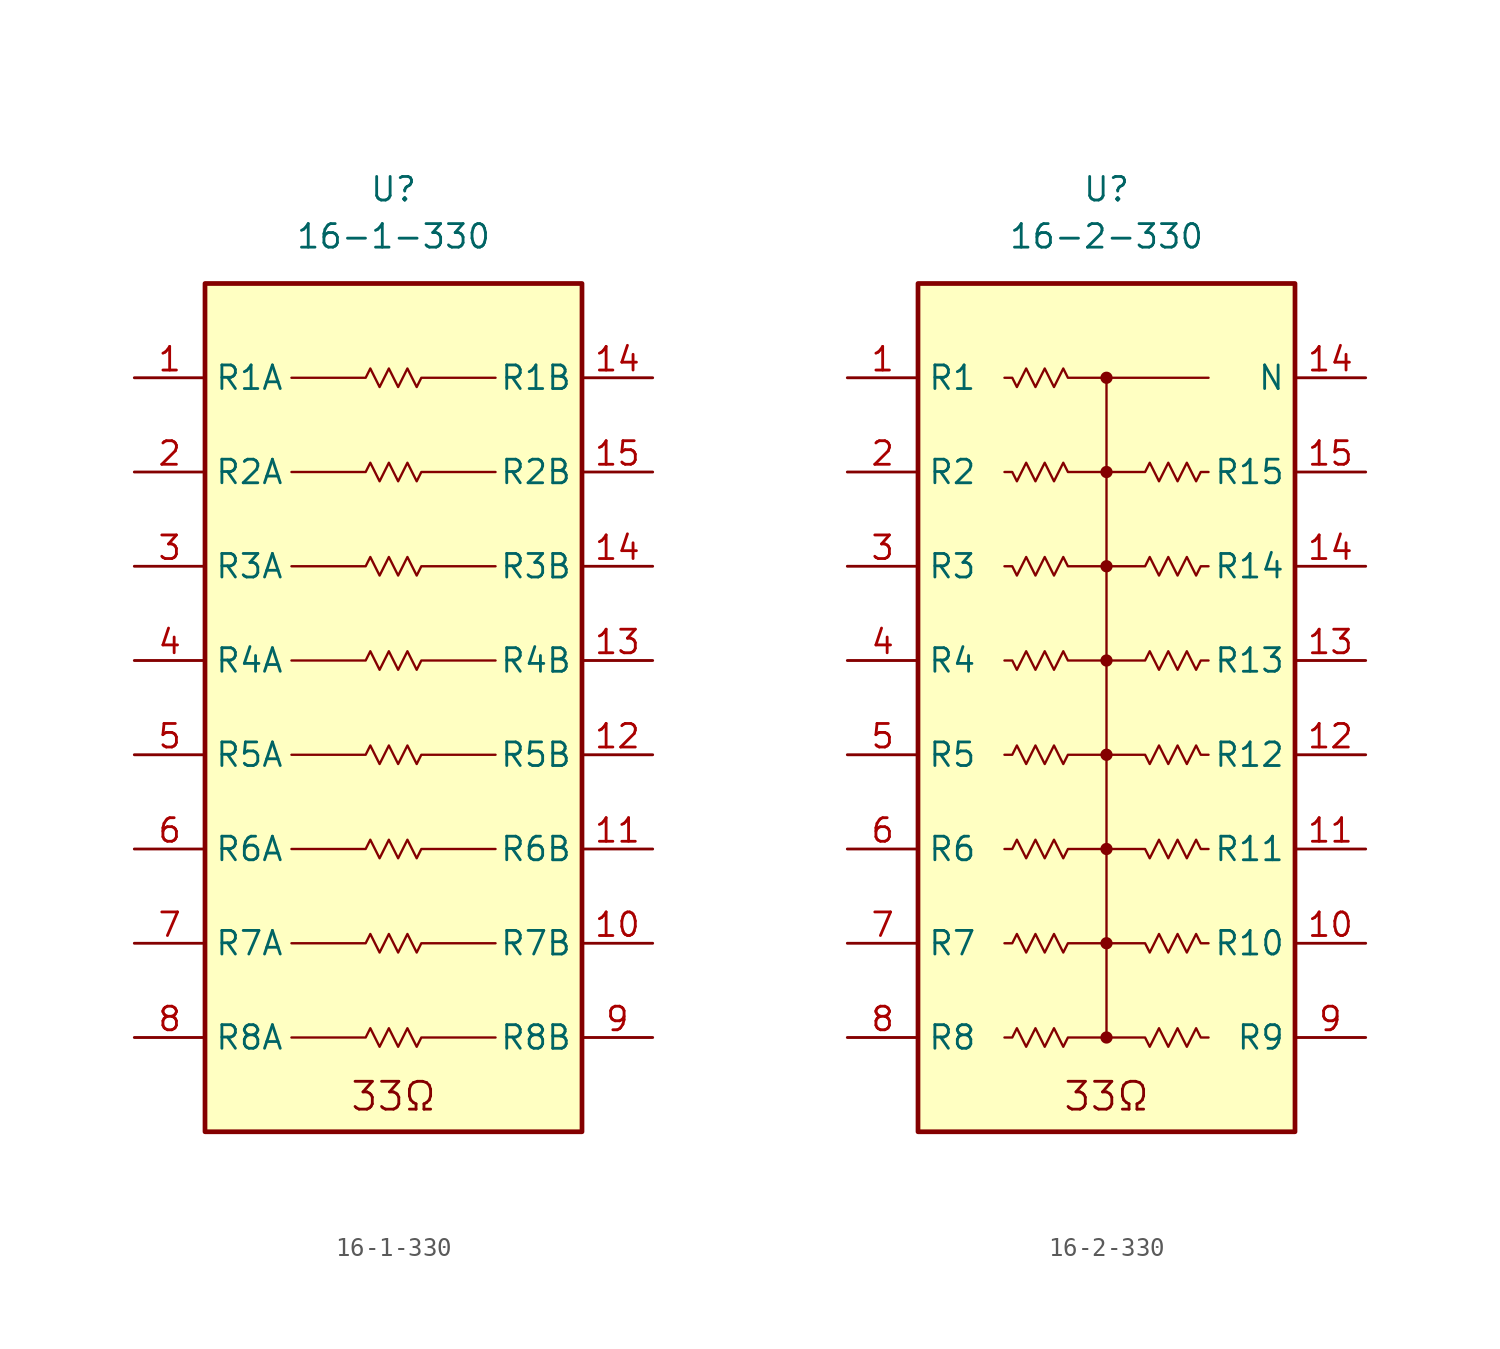
<source format=kicad_sym>
(kicad_symbol_lib
  (version 20211014)
  (generator kicad_symbol_editor)
  (symbol "16-1-330"
    (property "Reference" "U"
      (at 0 27.94 0)
      (effects (font (size 1.27 1.27))))
    (property "Value" "16-1-330"
      (at 0 25.4 0)
      (effects (font (size 1.27 1.27))))
    (symbol "16-1-330_0_0"
      (text "33Ω" (at 0 -20.955 0) (effects (font (size 1.5 1.5)))))
    (symbol "16-1-330_0_1"
      (rectangle (start -10.16 22.86) (end 10.16 -22.86) (stroke (width 0.254) (type default) (color 0 0 0 0)) (fill (type background)))
      (polyline (pts (xy 5.5 -17.78) (xy 1.5 -17.78) (xy 1.25 -18.28) (xy 0.75 -17.28) (xy 0.25 -18.28) (xy -0.25 -17.28) (xy -0.75 -18.28) (xy -1.25 -17.28) (xy -1.5 -17.78) (xy -5.5 -17.78)) (stroke (width 0.127) (type default) (color 0 0 0 0)) (fill (type none)))
      (polyline (pts (xy 5.5 -12.7) (xy 1.5 -12.7) (xy 1.25 -13.2) (xy 0.75 -12.2) (xy 0.25 -13.2) (xy -0.25 -12.2) (xy -0.75 -13.2) (xy -1.25 -12.2) (xy -1.5 -12.7) (xy -5.5 -12.7)) (stroke (width 0.127) (type default) (color 0 0 0 0)) (fill (type none)))
      (polyline (pts (xy 5.5 -7.62) (xy 1.5 -7.62) (xy 1.25 -8.12) (xy 0.75 -7.12) (xy 0.25 -8.12) (xy -0.25 -7.12) (xy -0.75 -8.12) (xy -1.25 -7.12) (xy -1.5 -7.62) (xy -5.5 -7.62)) (stroke (width 0.127) (type default) (color 0 0 0 0)) (fill (type none)))
      (polyline (pts (xy 5.5 -2.54) (xy 1.5 -2.54) (xy 1.25 -3.04) (xy 0.75 -2.04) (xy 0.25 -3.04) (xy -0.25 -2.04) (xy -0.75 -3.04) (xy -1.25 -2.04) (xy -1.5 -2.54) (xy -5.5 -2.54)) (stroke (width 0.127) (type default) (color 0 0 0 0)) (fill (type none)))
      (polyline (pts (xy 5.5 2.54) (xy 1.5 2.54) (xy 1.25 2.04) (xy 0.75 3.04) (xy 0.25 2.04) (xy -0.25 3.04) (xy -0.75 2.04) (xy -1.25 3.04) (xy -1.5 2.54) (xy -5.5 2.54)) (stroke (width 0.127) (type default) (color 0 0 0 0)) (fill (type none)))
      (polyline (pts (xy 5.5 7.62) (xy 1.5 7.62) (xy 1.25 7.12) (xy 0.75 8.12) (xy 0.25 7.12) (xy -0.25 8.12) (xy -0.75 7.12) (xy -1.25 8.12) (xy -1.5 7.62) (xy -5.5 7.62)) (stroke (width 0.127) (type default) (color 0 0 0 0)) (fill (type none)))
      (polyline (pts (xy 5.5 12.7) (xy 1.5 12.7) (xy 1.25 12.2) (xy 0.75 13.2) (xy 0.25 12.2) (xy -0.25 13.2) (xy -0.75 12.2) (xy -1.25 13.2) (xy -1.5 12.7) (xy -5.5 12.7)) (stroke (width 0.127) (type default) (color 0 0 0 0)) (fill (type none)))
      (polyline (pts (xy 5.5 17.78) (xy 1.5 17.78) (xy 1.25 17.28) (xy 0.75 18.28) (xy 0.25 17.28) (xy -0.25 18.28) (xy -0.75 17.28) (xy -1.25 18.28) (xy -1.5 17.78) (xy -5.5 17.78)) (stroke (width 0.127) (type default) (color 0 0 0 0)) (fill (type none))))
    (symbol "16-1-330_1_1"
      (pin passive line (at -13.97 17.78 0) (length 3.81) (name "R1A" (effects (font (size 1.27 1.27)))) (number "1" (effects (font (size 1.27 1.27)))))
      (pin passive line (at 13.97 -12.7 180) (length 3.81) (name "R7B" (effects (font (size 1.27 1.27)))) (number "10" (effects (font (size 1.27 1.27)))))
      (pin passive line (at 13.97 -7.62 180) (length 3.81) (name "R6B" (effects (font (size 1.27 1.27)))) (number "11" (effects (font (size 1.27 1.27)))))
      (pin passive line (at 13.97 -2.54 180) (length 3.81) (name "R5B" (effects (font (size 1.27 1.27)))) (number "12" (effects (font (size 1.27 1.27)))))
      (pin passive line (at 13.97 2.54 180) (length 3.81) (name "R4B" (effects (font (size 1.27 1.27)))) (number "13" (effects (font (size 1.27 1.27)))))
      (pin passive line (at 13.97 17.78 180) (length 3.81) (name "R1B" (effects (font (size 1.27 1.27)))) (number "14" (effects (font (size 1.27 1.27)))))
      (pin passive line (at 13.97 7.62 180) (length 3.81) (name "R3B" (effects (font (size 1.27 1.27)))) (number "14" (effects (font (size 1.27 1.27)))))
      (pin passive line (at 13.97 12.7 180) (length 3.81) (name "R2B" (effects (font (size 1.27 1.27)))) (number "15" (effects (font (size 1.27 1.27)))))
      (pin passive line (at -13.97 12.7 0) (length 3.81) (name "R2A" (effects (font (size 1.27 1.27)))) (number "2" (effects (font (size 1.27 1.27)))))
      (pin passive line (at -13.97 7.62 0) (length 3.81) (name "R3A" (effects (font (size 1.27 1.27)))) (number "3" (effects (font (size 1.27 1.27)))))
      (pin passive line (at -13.97 2.54 0) (length 3.81) (name "R4A" (effects (font (size 1.27 1.27)))) (number "4" (effects (font (size 1.27 1.27)))))
      (pin passive line (at -13.97 -2.54 0) (length 3.81) (name "R5A" (effects (font (size 1.27 1.27)))) (number "5" (effects (font (size 1.27 1.27)))))
      (pin passive line (at -13.97 -7.62 0) (length 3.81) (name "R6A" (effects (font (size 1.27 1.27)))) (number "6" (effects (font (size 1.27 1.27)))))
      (pin passive line (at -13.97 -12.7 0) (length 3.81) (name "R7A" (effects (font (size 1.27 1.27)))) (number "7" (effects (font (size 1.27 1.27)))))
      (pin passive line (at -13.97 -17.78 0) (length 3.81) (name "R8A" (effects (font (size 1.27 1.27)))) (number "8" (effects (font (size 1.27 1.27)))))
      (pin passive line (at 13.97 -17.78 180) (length 3.81) (name "R8B" (effects (font (size 1.27 1.27)))) (number "9" (effects (font (size 1.27 1.27)))))))
  (symbol "16-2-330"
    (property "Reference" "U"
      (at 0 27.94 0)
      (effects (font (size 1.27 1.27))))
    (property "Value" "16-2-330"
      (at 0 25.4 0)
      (effects (font (size 1.27 1.27))))
    (symbol "16-2-330_0_0"
      (text "33Ω" (at 0 -20.955 0) (effects (font (size 1.5 1.5)))))
    (symbol "16-2-330_0_1"
      (rectangle (start -10.16 22.86) (end 10.16 -22.86) (stroke (width 0.254) (type default) (color 0 0 0 0)) (fill (type background)))
      (circle (center 0 -17.78) (radius 0.254) (stroke (width 0) (type default) (color 0 0 0 0)) (fill (type outline)))
      (circle (center 0 -12.7) (radius 0.254) (stroke (width 0) (type default) (color 0 0 0 0)) (fill (type outline)))
      (circle (center 0 -7.62) (radius 0.254) (stroke (width 0) (type default) (color 0 0 0 0)) (fill (type outline)))
      (circle (center 0 -2.54) (radius 0.254) (stroke (width 0) (type default) (color 0 0 0 0)) (fill (type outline)))
      (polyline (pts (xy 0 17.78) (xy 0 12.7) (xy 0 7.62) (xy 0 2.54) (xy 0 -2.54) (xy 0 -7.62) (xy 0 -12.7) (xy 0 -17.78)) (stroke (width 0.127) (type default) (color 0 0 0 0)) (fill (type none)))
      (polyline (pts (xy 5.5 17.78) (xy 5.08 17.78) (xy 2.08 17.78) (xy 0 17.78) (xy -2.08 17.78) (xy -2.33 18.28) (xy -2.83 17.28) (xy -3.33 18.28) (xy -3.83 17.28) (xy -4.33 18.28) (xy -4.83 17.28) (xy -5.08 17.78) (xy -5.5 17.78)) (stroke (width 0.127) (type default) (color 0 0 0 0)) (fill (type none)))
      (polyline (pts (xy 5.5 -17.78) (xy 5.08 -17.78) (xy 4.83 -17.28) (xy 4.33 -18.28) (xy 3.83 -17.28) (xy 3.33 -18.28) (xy 2.83 -17.28) (xy 2.33 -18.28) (xy 2.08 -17.78) (xy 0 -17.78) (xy -2.08 -17.78) (xy -2.33 -18.28) (xy -2.83 -17.28) (xy -3.33 -18.28) (xy -3.83 -17.28) (xy -4.33 -18.28) (xy -4.83 -17.28) (xy -5.08 -17.78) (xy -5.5 -17.78)) (stroke (width 0.127) (type default) (color 0 0 0 0)) (fill (type none)))
      (polyline (pts (xy 5.5 -12.7) (xy 5.08 -12.7) (xy 4.83 -12.2) (xy 4.33 -13.2) (xy 3.83 -12.2) (xy 3.33 -13.2) (xy 2.83 -12.2) (xy 2.33 -13.2) (xy 2.08 -12.7) (xy 0 -12.7) (xy -2.08 -12.7) (xy -2.33 -13.2) (xy -2.83 -12.2) (xy -3.33 -13.2) (xy -3.83 -12.2) (xy -4.33 -13.2) (xy -4.83 -12.2) (xy -5.08 -12.7) (xy -5.5 -12.7)) (stroke (width 0.127) (type default) (color 0 0 0 0)) (fill (type none)))
      (polyline (pts (xy 5.5 -7.62) (xy 5.08 -7.62) (xy 4.83 -7.12) (xy 4.33 -8.12) (xy 3.83 -7.12) (xy 3.33 -8.12) (xy 2.83 -7.12) (xy 2.33 -8.12) (xy 2.08 -7.62) (xy 0 -7.62) (xy -2.08 -7.62) (xy -2.33 -8.12) (xy -2.83 -7.12) (xy -3.33 -8.12) (xy -3.83 -7.12) (xy -4.33 -8.12) (xy -4.83 -7.12) (xy -5.08 -7.62) (xy -5.5 -7.62)) (stroke (width 0.127) (type default) (color 0 0 0 0)) (fill (type none)))
      (polyline (pts (xy 5.5 -2.54) (xy 5.08 -2.54) (xy 4.83 -2.04) (xy 4.33 -3.04) (xy 3.83 -2.04) (xy 3.33 -3.04) (xy 2.83 -2.04) (xy 2.33 -3.04) (xy 2.08 -2.54) (xy 0 -2.54) (xy -2.08 -2.54) (xy -2.33 -3.04) (xy -2.83 -2.04) (xy -3.33 -3.04) (xy -3.83 -2.04) (xy -4.33 -3.04) (xy -4.83 -2.04) (xy -5.08 -2.54) (xy -5.5 -2.54)) (stroke (width 0.127) (type default) (color 0 0 0 0)) (fill (type none)))
      (polyline (pts (xy 5.5 2.54) (xy 5.08 2.54) (xy 4.83 2.04) (xy 4.33 3.04) (xy 3.83 2.04) (xy 3.33 3.04) (xy 2.83 2.04) (xy 2.33 3.04) (xy 2.08 2.54) (xy 0 2.54) (xy -2.08 2.54) (xy -2.33 3.04) (xy -2.83 2.04) (xy -3.33 3.04) (xy -3.83 2.04) (xy -4.33 3.04) (xy -4.83 2.04) (xy -5.08 2.54) (xy -5.5 2.54)) (stroke (width 0.127) (type default) (color 0 0 0 0)) (fill (type none)))
      (polyline (pts (xy 5.5 7.62) (xy 5.08 7.62) (xy 4.83 7.12) (xy 4.33 8.12) (xy 3.83 7.12) (xy 3.33 8.12) (xy 2.83 7.12) (xy 2.33 8.12) (xy 2.08 7.62) (xy 0 7.62) (xy -2.08 7.62) (xy -2.33 8.12) (xy -2.83 7.12) (xy -3.33 8.12) (xy -3.83 7.12) (xy -4.33 8.12) (xy -4.83 7.12) (xy -5.08 7.62) (xy -5.5 7.62)) (stroke (width 0.127) (type default) (color 0 0 0 0)) (fill (type none)))
      (polyline (pts (xy 5.5 12.7) (xy 5.08 12.7) (xy 4.83 12.2) (xy 4.33 13.2) (xy 3.83 12.2) (xy 3.33 13.2) (xy 2.83 12.2) (xy 2.33 13.2) (xy 2.08 12.7) (xy 0 12.7) (xy -2.08 12.7) (xy -2.33 13.2) (xy -2.83 12.2) (xy -3.33 13.2) (xy -3.83 12.2) (xy -4.33 13.2) (xy -4.83 12.2) (xy -5.08 12.7) (xy -5.5 12.7)) (stroke (width 0.127) (type default) (color 0 0 0 0)) (fill (type none)))
      (circle (center 0 2.54) (radius 0.254) (stroke (width 0) (type default) (color 0 0 0 0)) (fill (type outline)))
      (circle (center 0 7.62) (radius 0.254) (stroke (width 0) (type default) (color 0 0 0 0)) (fill (type outline)))
      (circle (center 0 12.7) (radius 0.254) (stroke (width 0) (type default) (color 0 0 0 0)) (fill (type outline)))
      (circle (center 0 17.78) (radius 0.254) (stroke (width 0) (type default) (color 0 0 0 0)) (fill (type outline))))
    (symbol "16-2-330_1_1"
      (pin passive line (at -13.97 17.78 0) (length 3.81) (name "R1" (effects (font (size 1.27 1.27)))) (number "1" (effects (font (size 1.27 1.27)))))
      (pin passive line (at 13.97 -12.7 180) (length 3.81) (name "R10" (effects (font (size 1.27 1.27)))) (number "10" (effects (font (size 1.27 1.27)))))
      (pin passive line (at 13.97 -7.62 180) (length 3.81) (name "R11" (effects (font (size 1.27 1.27)))) (number "11" (effects (font (size 1.27 1.27)))))
      (pin passive line (at 13.97 -2.54 180) (length 3.81) (name "R12" (effects (font (size 1.27 1.27)))) (number "12" (effects (font (size 1.27 1.27)))))
      (pin passive line (at 13.97 2.54 180) (length 3.81) (name "R13" (effects (font (size 1.27 1.27)))) (number "13" (effects (font (size 1.27 1.27)))))
      (pin passive line (at 13.97 17.78 180) (length 3.81) (name "N" (effects (font (size 1.27 1.27)))) (number "14" (effects (font (size 1.27 1.27)))))
      (pin passive line (at 13.97 7.62 180) (length 3.81) (name "R14" (effects (font (size 1.27 1.27)))) (number "14" (effects (font (size 1.27 1.27)))))
      (pin passive line (at 13.97 12.7 180) (length 3.81) (name "R15" (effects (font (size 1.27 1.27)))) (number "15" (effects (font (size 1.27 1.27)))))
      (pin passive line (at -13.97 12.7 0) (length 3.81) (name "R2" (effects (font (size 1.27 1.27)))) (number "2" (effects (font (size 1.27 1.27)))))
      (pin passive line (at -13.97 7.62 0) (length 3.81) (name "R3" (effects (font (size 1.27 1.27)))) (number "3" (effects (font (size 1.27 1.27)))))
      (pin passive line (at -13.97 2.54 0) (length 3.81) (name "R4" (effects (font (size 1.27 1.27)))) (number "4" (effects (font (size 1.27 1.27)))))
      (pin passive line (at -13.97 -2.54 0) (length 3.81) (name "R5" (effects (font (size 1.27 1.27)))) (number "5" (effects (font (size 1.27 1.27)))))
      (pin passive line (at -13.97 -7.62 0) (length 3.81) (name "R6" (effects (font (size 1.27 1.27)))) (number "6" (effects (font (size 1.27 1.27)))))
      (pin passive line (at -13.97 -12.7 0) (length 3.81) (name "R7" (effects (font (size 1.27 1.27)))) (number "7" (effects (font (size 1.27 1.27)))))
      (pin passive line (at -13.97 -17.78 0) (length 3.81) (name "R8" (effects (font (size 1.27 1.27)))) (number "8" (effects (font (size 1.27 1.27)))))
      (pin passive line (at 13.97 -17.78 180) (length 3.81) (name "R9" (effects (font (size 1.27 1.27)))) (number "9" (effects (font (size 1.27 1.27))))))))
</source>
